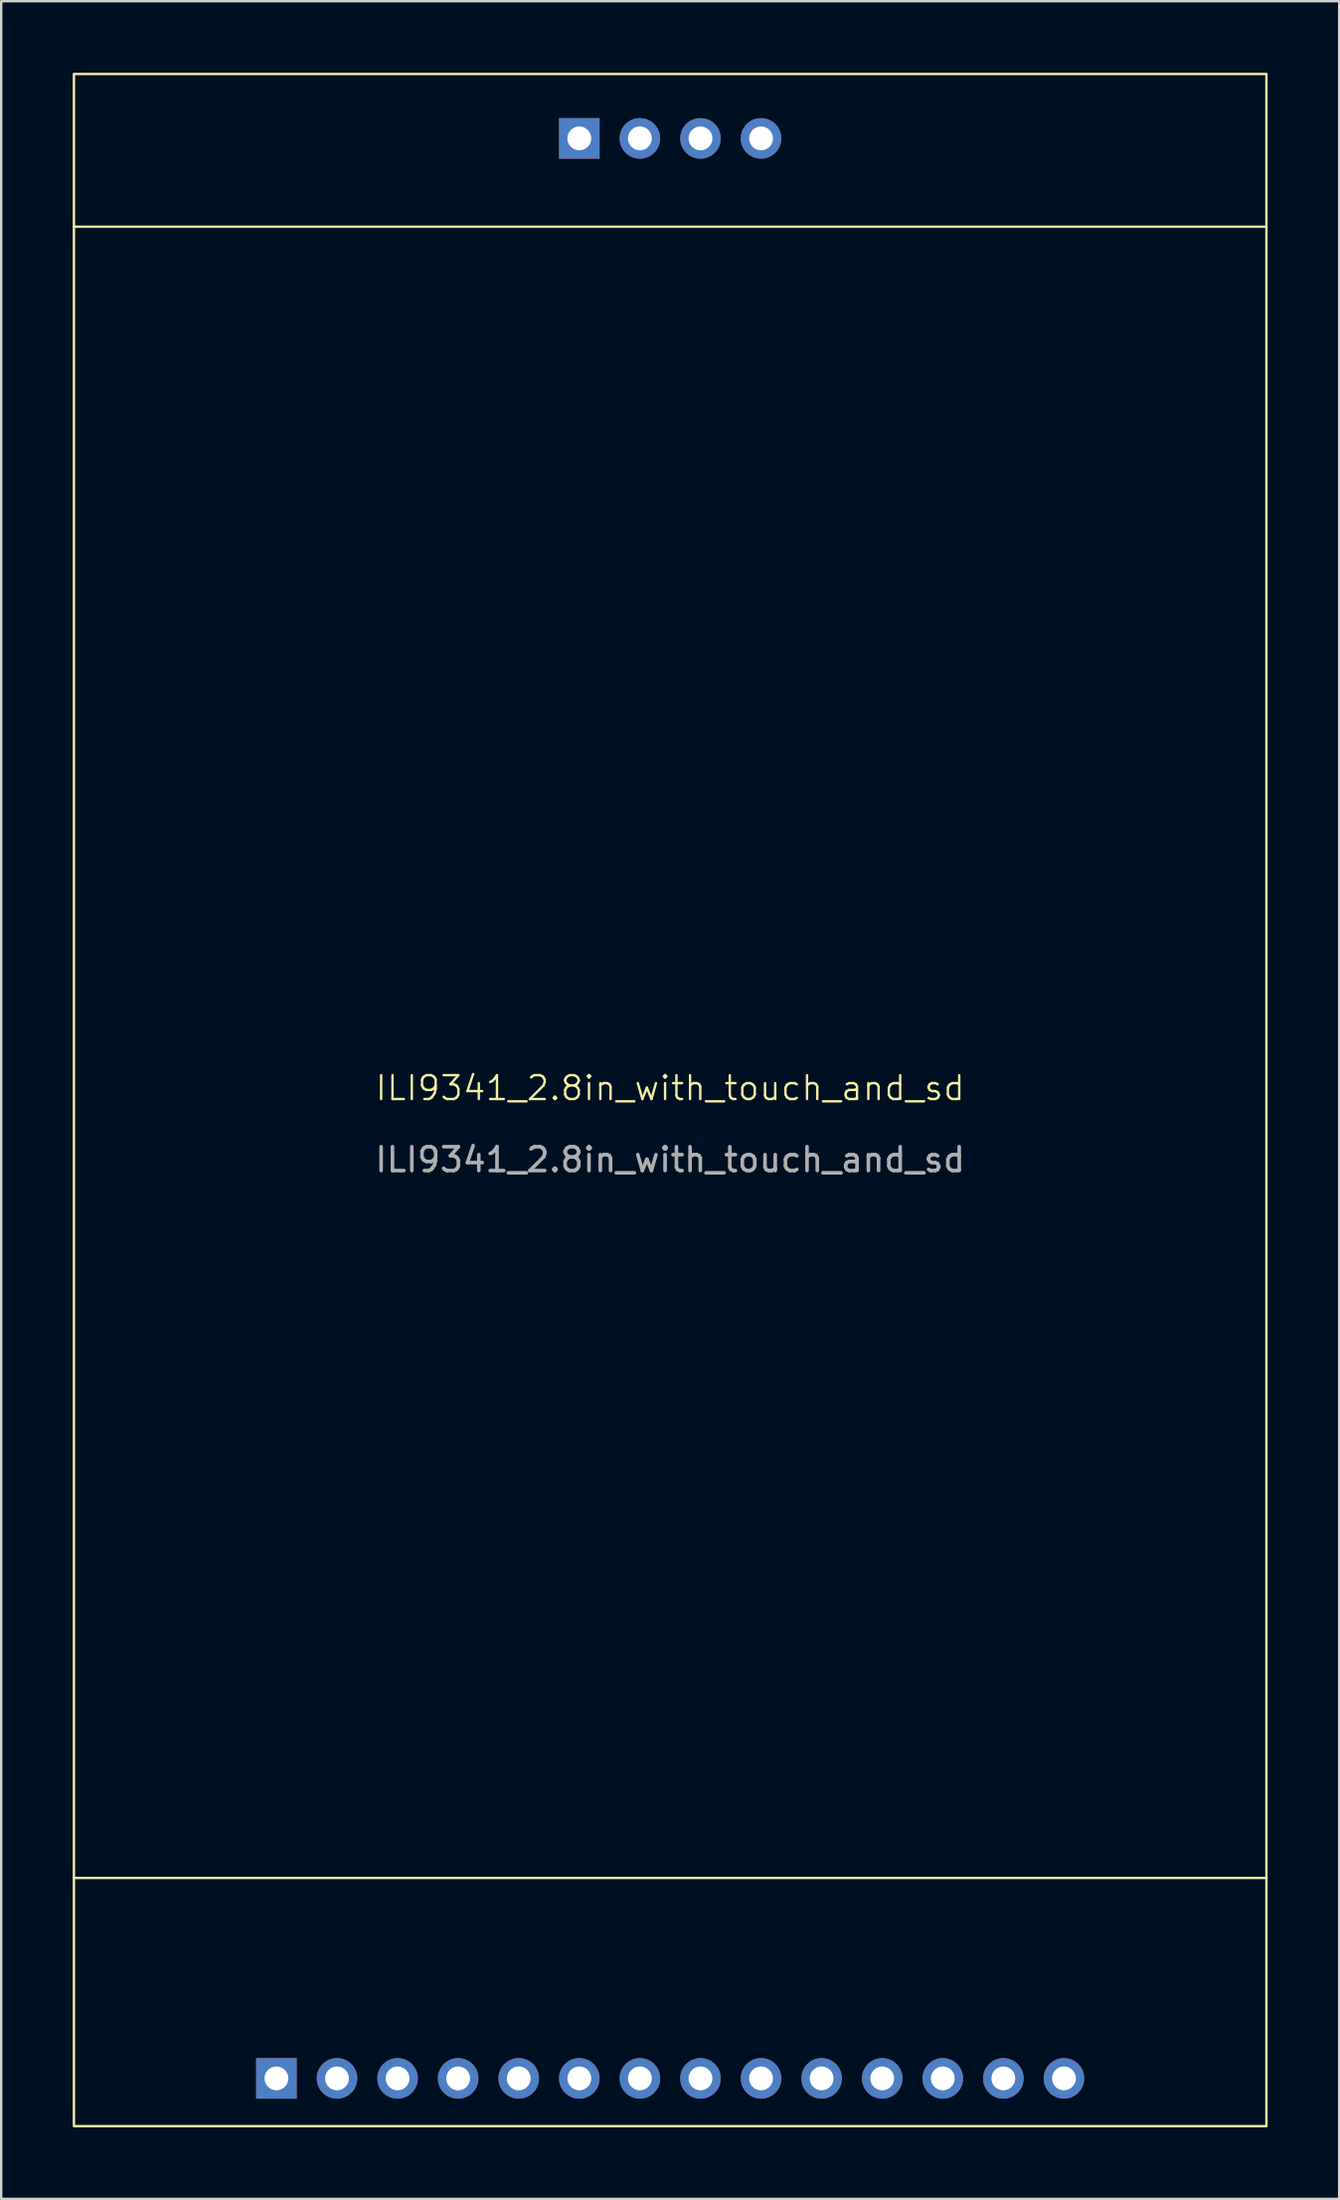
<source format=kicad_pcb>
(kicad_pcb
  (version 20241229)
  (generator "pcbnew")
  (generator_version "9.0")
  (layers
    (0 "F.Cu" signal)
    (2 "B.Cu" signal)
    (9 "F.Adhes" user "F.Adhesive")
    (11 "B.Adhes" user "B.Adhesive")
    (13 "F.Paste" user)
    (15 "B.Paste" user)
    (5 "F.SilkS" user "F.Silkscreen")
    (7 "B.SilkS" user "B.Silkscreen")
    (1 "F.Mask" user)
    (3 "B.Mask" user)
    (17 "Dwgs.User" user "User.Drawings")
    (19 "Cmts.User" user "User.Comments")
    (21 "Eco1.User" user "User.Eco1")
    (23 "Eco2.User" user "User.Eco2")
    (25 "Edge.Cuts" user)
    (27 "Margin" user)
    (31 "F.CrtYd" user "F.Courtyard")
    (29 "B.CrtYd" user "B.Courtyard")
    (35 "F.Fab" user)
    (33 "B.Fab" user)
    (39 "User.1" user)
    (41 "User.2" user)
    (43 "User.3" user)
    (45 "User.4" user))
  (footprint "ILI9341_2.8in_with_touch_and_sd"
    (layer "F.Cu")
    (at 25.05 43.05)
    (property "Reference" "ILI9341_2.8in_with_touch_and_sd" (at 0 -0.5 0) (unlocked yes) (layer "F.SilkS") (effects (font (size 1 1) (thickness 0.1))))
    (attr smd)
    (fp_line (start -25 -36.6) (end 25 -36.6) (stroke (width 0.1) (type solid)) (layer "F.SilkS"))
    (fp_line (start -25 32.6) (end 25 32.6) (stroke (width 0.1) (type solid)) (layer "F.SilkS"))
    (fp_rect (start -25 -43) (end 25 43) (stroke (width 0.1) (type solid)) (fill no) (layer "F.SilkS"))
    (fp_line (start -12.065 34.29) (end -6.985 34.29) (stroke (width 0.1) (type default)) (layer "User.1"))
    (fp_line (start -4.445 -31.115) (end -1.27 -31.115) (stroke (width 0.1) (type default)) (layer "User.1"))
    (fp_line (start 1.27 -31.115) (end 4.445 -31.115) (stroke (width 0.1) (type default)) (layer "User.1"))
    (fp_line (start 4.445 34.29) (end -0.635 34.29) (stroke (width 0.1) (type default)) (layer "User.1"))
    (fp_line (start 5.715 34.29) (end 8.89 34.29) (stroke (width 0.1) (type default)) (layer "User.1"))
    (fp_line (start 13.97 34.29) (end 17.145 34.29) (stroke (width 0.1) (type default)) (layer "User.1"))
    (fp_circle (center -22 -40) (end -20.4 -40) (stroke (width 0.1) (type solid)) (fill no) (layer "User.2"))
    (fp_circle (center -22 36.08) (end -20.4 36.08) (stroke (width 0.1) (type solid)) (fill no) (layer "User.2"))
    (fp_circle (center 22 -40) (end 23.6 -40) (stroke (width 0.1) (type solid)) (fill no) (layer "User.2"))
    (fp_circle (center 22 36.08) (end 23.6 36.08) (stroke (width 0.1) (type solid)) (fill no) (layer "User.2"))
    (fp_text user "${REFERENCE}" (at 0 2.5 0) (unlocked yes) (layer "F.Fab") (effects (font (size 1 1) (thickness 0.15))))
    (fp_text user "sd" (at 0 -31.115 0) (unlocked yes) (layer "User.1") (effects (font (size 1 1) (thickness 0.15))))
    (fp_text user "CS" (at -11.43 39.37 90) (unlocked yes) (layer "User.1") (effects (font (size 1 1) (thickness 0.15)) (justify left)))
    (fp_text user "MOSI" (at 11.43 39.37 90) (unlocked yes) (layer "User.1") (effects (font (size 1 1) (thickness 0.15)) (justify left)))
    (fp_text user "CS" (at -3.81 -36.195 90) (unlocked yes) (layer "User.1") (effects (font (size 1 1) (thickness 0.15)) (justify right)))
    (fp_text user "VCC" (at -16.51 39.37 90) (unlocked yes) (layer "User.1") (effects (font (size 1 1) (thickness 0.15)) (justify left)))
    (fp_text user "touch" (at 11.43 34.29 0) (unlocked yes) (layer "User.1") (effects (font (size 1 1) (thickness 0.15))))
    (fp_text user "MOSI" (at -1.27 -36.195 90) (unlocked yes) (layer "User.1") (effects (font (size 1 1) (thickness 0.15)) (justify right)))
    (fp_text user "SCK" (at -1.27 39.37 90) (unlocked yes) (layer "User.1") (effects (font (size 1 1) (thickness 0.15)) (justify left)))
    (fp_text user "SCK" (at 3.81 -36.195 90) (unlocked yes) (layer "User.1") (effects (font (size 1 1) (thickness 0.15)) (justify right)))
    (fp_text user "MISO" (at 13.97 39.37 90) (unlocked yes) (layer "User.1") (effects (font (size 1 1) (thickness 0.15)) (justify left)))
    (fp_text user "MISO" (at 3.81 39.37 90) (unlocked yes) (layer "User.1") (effects (font (size 1 1) (thickness 0.15)) (justify left)))
    (fp_text user "CS" (at 8.89 39.37 90) (unlocked yes) (layer "User.1") (effects (font (size 1 1) (thickness 0.15)) (justify left)))
    (fp_text user "RST" (at -8.89 39.37 90) (unlocked yes) (layer "User.1") (effects (font (size 1 1) (thickness 0.15)) (justify left)))
    (fp_text user "display" (at -3.81 34.29 0) (unlocked yes) (layer "User.1") (effects (font (size 1 1) (thickness 0.15))))
    (fp_text user "LED" (at 1.27 39.37 90) (unlocked yes) (layer "User.1") (effects (font (size 1 1) (thickness 0.15)) (justify left)))
    (fp_text user "GND" (at -13.97 39.37 90) (unlocked yes) (layer "User.1" knockout) (effects (font (size 1 1) (thickness 0.15)) (justify left)))
    (fp_text user "DC" (at -6.35 39.37 90) (unlocked yes) (layer "User.1") (effects (font (size 1 1) (thickness 0.15)) (justify left)))
    (fp_text user "IRQ" (at 16.51 39.37 90) (unlocked yes) (layer "User.1") (effects (font (size 1 1) (thickness 0.15)) (justify left)))
    (fp_text user "MISO" (at 1.27 -36.195 90) (unlocked yes) (layer "User.1") (effects (font (size 1 1) (thickness 0.15)) (justify right)))
    (fp_text user "SCK" (at 6.35 39.37 90) (unlocked yes) (layer "User.1") (effects (font (size 1 1) (thickness 0.15)) (justify left)))
    (fp_text user "MOSI" (at -3.81 39.37 90) (unlocked yes) (layer "User.1") (effects (font (size 1 1) (thickness 0.15)) (justify left)))
    (pad "1" thru_hole rect (at -16.51 41 90) (size 1.7 1.7) (drill 1) (layers "*.Cu" "*.Mask"))
    (pad "2" thru_hole oval (at -13.97 41 90) (size 1.7 1.7) (drill 1) (layers "*.Cu" "*.Mask"))
    (pad "3" thru_hole oval (at -11.43 41 90) (size 1.7 1.7) (drill 1) (layers "*.Cu" "*.Mask"))
    (pad "4" thru_hole oval (at -8.89 41 90) (size 1.7 1.7) (drill 1) (layers "*.Cu" "*.Mask"))
    (pad "5" thru_hole oval (at -6.35 41 90) (size 1.7 1.7) (drill 1) (layers "*.Cu" "*.Mask"))
    (pad "6" thru_hole oval (at -3.81 41 90) (size 1.7 1.7) (drill 1) (layers "*.Cu" "*.Mask"))
    (pad "7" thru_hole oval (at -1.27 41 90) (size 1.7 1.7) (drill 1) (layers "*.Cu" "*.Mask"))
    (pad "8" thru_hole oval (at 1.27 41 90) (size 1.7 1.7) (drill 1) (layers "*.Cu" "*.Mask"))
    (pad "9" thru_hole oval (at 3.81 41 90) (size 1.7 1.7) (drill 1) (layers "*.Cu" "*.Mask"))
    (pad "10" thru_hole oval (at 6.35 41 90) (size 1.7 1.7) (drill 1) (layers "*.Cu" "*.Mask"))
    (pad "11" thru_hole oval (at 8.89 41 90) (size 1.7 1.7) (drill 1) (layers "*.Cu" "*.Mask"))
    (pad "12" thru_hole oval (at 11.43 41 90) (size 1.7 1.7) (drill 1) (layers "*.Cu" "*.Mask"))
    (pad "13" thru_hole oval (at 13.97 41 90) (size 1.7 1.7) (drill 1) (layers "*.Cu" "*.Mask"))
    (pad "14" thru_hole oval (at 16.51 41 90) (size 1.7 1.7) (drill 1) (layers "*.Cu" "*.Mask"))
    (pad "15" thru_hole rect (at -3.81 -40.3 90) (size 1.7 1.7) (drill 1) (layers "*.Cu" "*.Mask"))
    (pad "16" thru_hole oval (at -1.27 -40.3 90) (size 1.7 1.7) (drill 1) (layers "*.Cu" "*.Mask"))
    (pad "17" thru_hole oval (at 1.27 -40.3 90) (size 1.7 1.7) (drill 1) (layers "*.Cu" "*.Mask"))
    (pad "18" thru_hole oval (at 3.81 -40.3 90) (size 1.7 1.7) (drill 1) (layers "*.Cu" "*.Mask")))
  (gr_rect
    (start -3 -3)
    (end 53.1 89.1)
    (stroke (width 0.1) (type default))
    (fill no)
    (layer "Edge.Cuts")))
</source>
